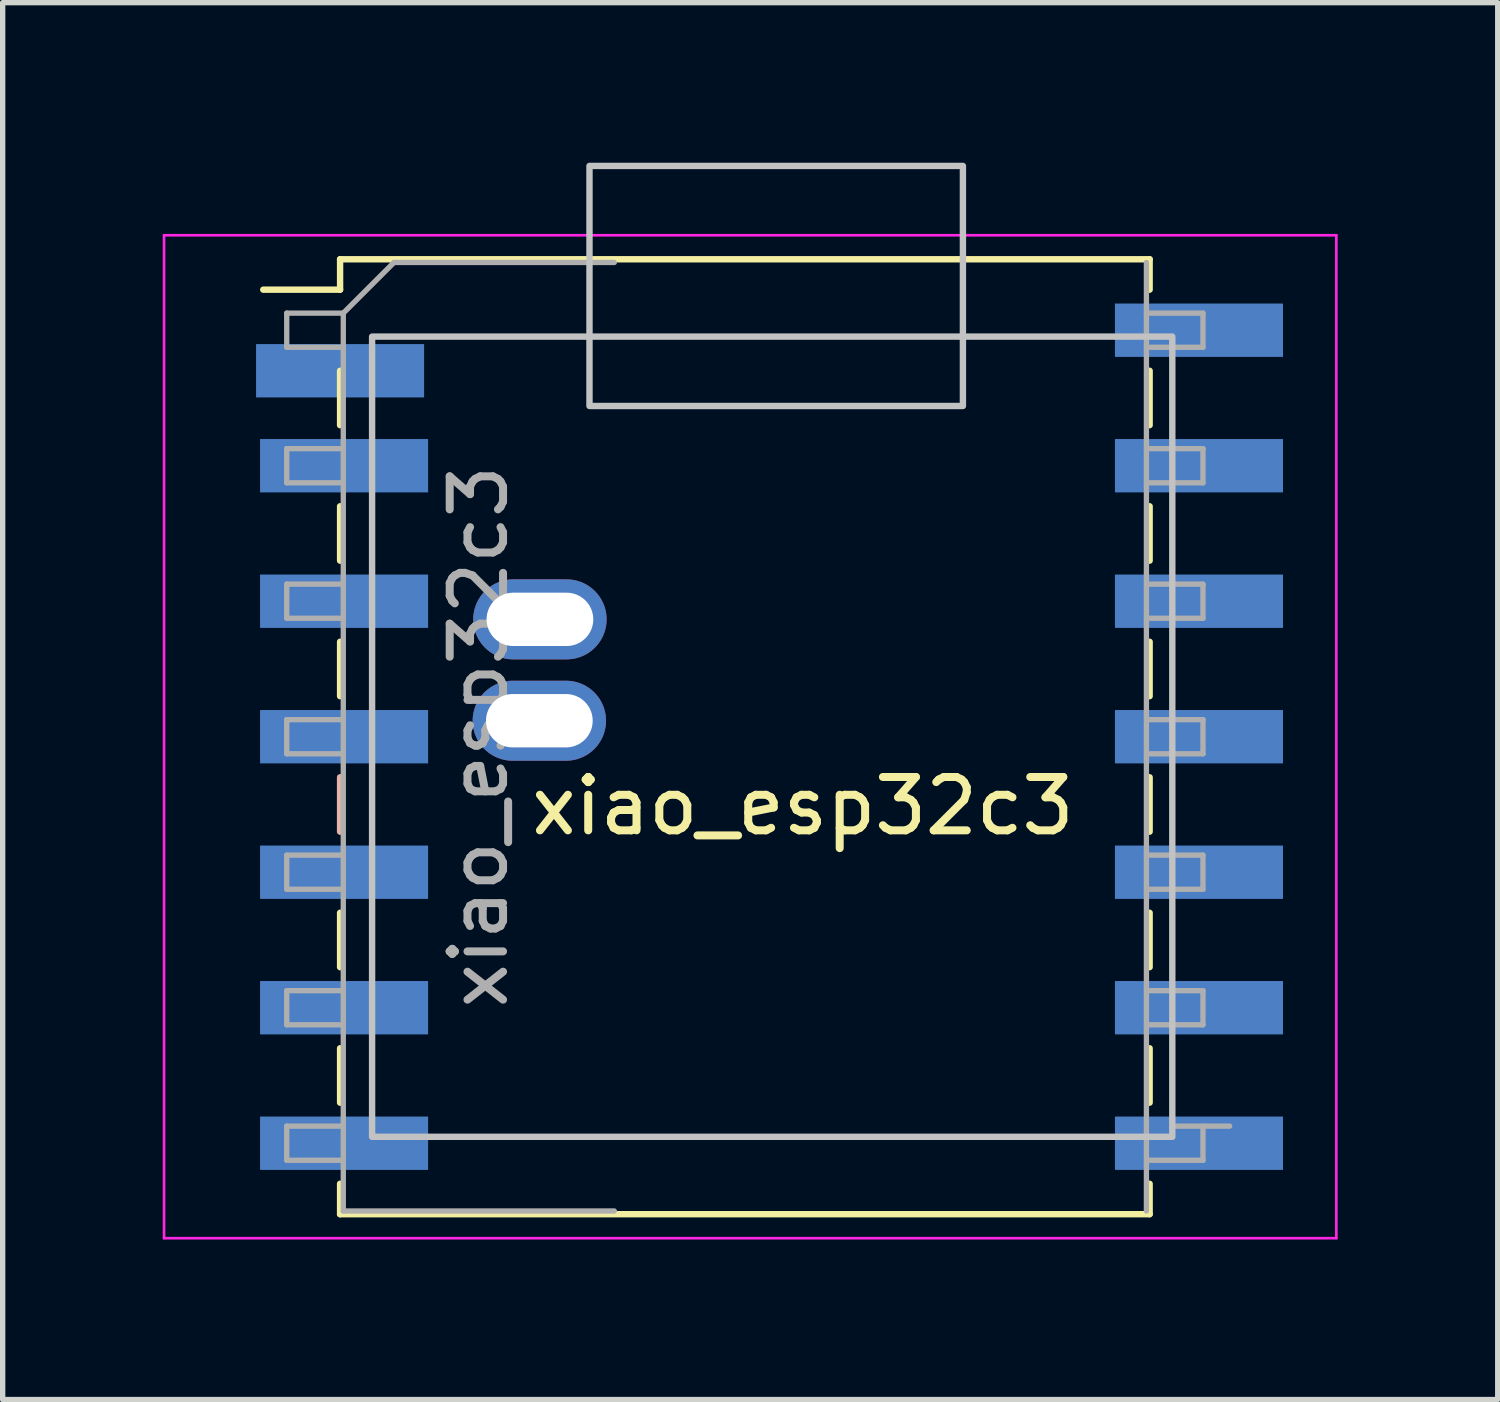
<source format=kicad_pcb>
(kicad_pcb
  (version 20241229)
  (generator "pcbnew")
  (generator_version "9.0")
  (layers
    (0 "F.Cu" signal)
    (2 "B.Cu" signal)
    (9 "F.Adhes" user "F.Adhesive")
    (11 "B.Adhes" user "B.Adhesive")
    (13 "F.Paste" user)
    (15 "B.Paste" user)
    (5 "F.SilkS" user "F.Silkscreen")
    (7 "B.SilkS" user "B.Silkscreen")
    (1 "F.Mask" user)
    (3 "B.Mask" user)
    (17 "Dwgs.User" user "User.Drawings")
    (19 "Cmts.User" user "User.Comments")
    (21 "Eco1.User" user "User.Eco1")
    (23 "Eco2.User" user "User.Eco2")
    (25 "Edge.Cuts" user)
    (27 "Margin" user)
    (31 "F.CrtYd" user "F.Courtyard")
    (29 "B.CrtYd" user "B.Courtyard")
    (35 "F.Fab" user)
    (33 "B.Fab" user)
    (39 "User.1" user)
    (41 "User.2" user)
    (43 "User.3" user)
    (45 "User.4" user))
  (footprint "xiao_esp32c3"
    (layer "F.Cu")
    (at 12 12.56)
    (property "Reference" "xiao_esp32c3" (at 0 -0.5 0) (unlocked yes) (layer "F.SilkS") (effects (font (size 1 1) (thickness 0.15))))
    (attr smd)
    (fp_line (start -10.115 -10.18) (end -8.675 -10.18) (stroke (width 0.12) (type solid)) (layer "F.SilkS"))
    (fp_line (start -8.675 -10.75) (end -8.675 -10.18) (stroke (width 0.12) (type solid)) (layer "F.SilkS"))
    (fp_line (start -8.675 -10.75) (end 6.5 -10.75) (stroke (width 0.12) (type solid)) (layer "F.SilkS"))
    (fp_line (start -8.675 -8.66) (end -8.675 -7.64) (stroke (width 0.12) (type solid)) (layer "F.SilkS"))
    (fp_line (start -8.675 -6.12) (end -8.675 -5.1) (stroke (width 0.12) (type solid)) (layer "F.SilkS"))
    (fp_line (start -8.675 -3.58) (end -8.675 -2.56) (stroke (width 0.12) (type solid)) (layer "F.SilkS"))
    (fp_line (start -8.675 1.5) (end -8.675 2.52) (stroke (width 0.12) (type solid)) (layer "F.SilkS"))
    (fp_line (start -8.675 4.04) (end -8.675 5.06) (stroke (width 0.12) (type solid)) (layer "F.SilkS"))
    (fp_line (start -8.675 6.58) (end -8.675 7.15) (stroke (width 0.12) (type solid)) (layer "F.SilkS"))
    (fp_line (start -8.675 7.15) (end 6.5 7.15) (stroke (width 0.12) (type solid)) (layer "F.SilkS"))
    (fp_line (start 6.5 -10.75) (end 6.5 -10.18) (stroke (width 0.12) (type solid)) (layer "F.SilkS"))
    (fp_line (start 6.5 -8.66) (end 6.5 -7.64) (stroke (width 0.12) (type solid)) (layer "F.SilkS"))
    (fp_line (start 6.5 -6.12) (end 6.5 -5.1) (stroke (width 0.12) (type solid)) (layer "F.SilkS"))
    (fp_line (start 6.5 -3.58) (end 6.5 -2.56) (stroke (width 0.12) (type solid)) (layer "F.SilkS"))
    (fp_line (start 6.5 -1.04) (end 6.5 -0.02) (stroke (width 0.12) (type solid)) (layer "F.SilkS"))
    (fp_line (start 6.5 1.5) (end 6.5 2.52) (stroke (width 0.12) (type solid)) (layer "F.SilkS"))
    (fp_line (start 6.5 4.04) (end 6.5 5.06) (stroke (width 0.12) (type solid)) (layer "F.SilkS"))
    (fp_line (start 6.5 6.58) (end 6.5 7.15) (stroke (width 0.12) (type solid)) (layer "F.SilkS"))
    (fp_line (start -8.675 -1.04) (end -8.675 -0.02) (stroke (width 0.12) (type solid)) (layer "B.SilkS"))
    (fp_rect (start -8.075 -9.3) (end 6.925 5.7) (stroke (width 0.12) (type solid)) (fill no) (layer "Dwgs.User"))
    (fp_rect (start -4 -12.5) (end 3 -8) (stroke (width 0.12) (type solid)) (fill no) (layer "Dwgs.User"))
    (fp_line (start -11.975 -11.2) (end -11.975 7.6) (stroke (width 0.05) (type solid)) (layer "F.CrtYd"))
    (fp_line (start -11.975 7.6) (end 10 7.6) (stroke (width 0.05) (type solid)) (layer "F.CrtYd"))
    (fp_line (start 10 -11.2) (end -11.975 -11.2) (stroke (width 0.05) (type solid)) (layer "F.CrtYd"))
    (fp_line (start 10 7.6) (end 10 -11.2) (stroke (width 0.05) (type solid)) (layer "F.CrtYd"))
    (fp_line (start -9.675 -9.74) (end -9.675 -9.1) (stroke (width 0.1) (type solid)) (layer "F.Fab"))
    (fp_line (start -9.675 -9.1) (end -8.615 -9.1) (stroke (width 0.1) (type solid)) (layer "F.Fab"))
    (fp_line (start -9.675 -7.2) (end -9.675 -6.56) (stroke (width 0.1) (type solid)) (layer "F.Fab"))
    (fp_line (start -9.675 -6.56) (end -8.615 -6.56) (stroke (width 0.1) (type solid)) (layer "F.Fab"))
    (fp_line (start -9.675 -4.66) (end -9.675 -4.02) (stroke (width 0.1) (type solid)) (layer "F.Fab"))
    (fp_line (start -9.675 -4.02) (end -8.615 -4.02) (stroke (width 0.1) (type solid)) (layer "F.Fab"))
    (fp_line (start -9.675 -2.12) (end -9.675 -1.48) (stroke (width 0.1) (type solid)) (layer "F.Fab"))
    (fp_line (start -9.675 -1.48) (end -8.615 -1.48) (stroke (width 0.1) (type solid)) (layer "F.Fab"))
    (fp_line (start -9.675 0.42) (end -9.675 1.06) (stroke (width 0.1) (type solid)) (layer "F.Fab"))
    (fp_line (start -9.675 1.06) (end -8.615 1.06) (stroke (width 0.1) (type solid)) (layer "F.Fab"))
    (fp_line (start -9.675 2.96) (end -9.675 3.6) (stroke (width 0.1) (type solid)) (layer "F.Fab"))
    (fp_line (start -9.675 3.6) (end -8.615 3.6) (stroke (width 0.1) (type solid)) (layer "F.Fab"))
    (fp_line (start -9.675 5.5) (end -9.675 6.14) (stroke (width 0.1) (type solid)) (layer "F.Fab"))
    (fp_line (start -9.675 6.14) (end -8.615 6.14) (stroke (width 0.1) (type solid)) (layer "F.Fab"))
    (fp_line (start -8.615 -9.74) (end -9.675 -9.74) (stroke (width 0.1) (type solid)) (layer "F.Fab"))
    (fp_line (start -8.615 -9.74) (end -7.665 -10.69) (stroke (width 0.1) (type solid)) (layer "F.Fab"))
    (fp_line (start -8.615 -7.2) (end -9.675 -7.2) (stroke (width 0.1) (type solid)) (layer "F.Fab"))
    (fp_line (start -8.615 -4.66) (end -9.675 -4.66) (stroke (width 0.1) (type solid)) (layer "F.Fab"))
    (fp_line (start -8.615 -2.12) (end -9.675 -2.12) (stroke (width 0.1) (type solid)) (layer "F.Fab"))
    (fp_line (start -8.615 0.42) (end -9.675 0.42) (stroke (width 0.1) (type solid)) (layer "F.Fab"))
    (fp_line (start -8.615 2.96) (end -9.675 2.96) (stroke (width 0.1) (type solid)) (layer "F.Fab"))
    (fp_line (start -8.615 5.5) (end -9.675 5.5) (stroke (width 0.1) (type solid)) (layer "F.Fab"))
    (fp_line (start -8.615 7.09) (end -8.615 -9.74) (stroke (width 0.1) (type solid)) (layer "F.Fab"))
    (fp_line (start -7.665 -10.69) (end -3.535 -10.69) (stroke (width 0.1) (type solid)) (layer "F.Fab"))
    (fp_line (start -3.535 7.09) (end -8.615 7.09) (stroke (width 0.1) (type solid)) (layer "F.Fab"))
    (fp_line (start 6.44 -10.69) (end 6.44 7.09) (stroke (width 0.1) (type solid)) (layer "F.Fab"))
    (fp_line (start 6.44 -9.74) (end 7.5 -9.74) (stroke (width 0.1) (type solid)) (layer "F.Fab"))
    (fp_line (start 6.44 -7.2) (end 7.5 -7.2) (stroke (width 0.1) (type solid)) (layer "F.Fab"))
    (fp_line (start 6.44 -4.66) (end 7.5 -4.66) (stroke (width 0.1) (type solid)) (layer "F.Fab"))
    (fp_line (start 6.44 -2.12) (end 7.5 -2.12) (stroke (width 0.1) (type solid)) (layer "F.Fab"))
    (fp_line (start 6.44 0.42) (end 7.5 0.42) (stroke (width 0.1) (type solid)) (layer "F.Fab"))
    (fp_line (start 6.44 2.96) (end 7.5 2.96) (stroke (width 0.1) (type solid)) (layer "F.Fab"))
    (fp_line (start 6.94 5.5) (end 8 5.5) (stroke (width 0.1) (type solid)) (layer "F.Fab"))
    (fp_line (start 7.5 -9.74) (end 7.5 -9.1) (stroke (width 0.1) (type solid)) (layer "F.Fab"))
    (fp_line (start 7.5 -9.1) (end 6.44 -9.1) (stroke (width 0.1) (type solid)) (layer "F.Fab"))
    (fp_line (start 7.5 -7.2) (end 7.5 -6.56) (stroke (width 0.1) (type solid)) (layer "F.Fab"))
    (fp_line (start 7.5 -6.56) (end 6.44 -6.56) (stroke (width 0.1) (type solid)) (layer "F.Fab"))
    (fp_line (start 7.5 -4.66) (end 7.5 -4.02) (stroke (width 0.1) (type solid)) (layer "F.Fab"))
    (fp_line (start 7.5 -4.02) (end 6.44 -4.02) (stroke (width 0.1) (type solid)) (layer "F.Fab"))
    (fp_line (start 7.5 -2.12) (end 7.5 -1.48) (stroke (width 0.1) (type solid)) (layer "F.Fab"))
    (fp_line (start 7.5 -1.48) (end 6.44 -1.48) (stroke (width 0.1) (type solid)) (layer "F.Fab"))
    (fp_line (start 7.5 0.42) (end 7.5 1.06) (stroke (width 0.1) (type solid)) (layer "F.Fab"))
    (fp_line (start 7.5 1.06) (end 6.44 1.06) (stroke (width 0.1) (type solid)) (layer "F.Fab"))
    (fp_line (start 7.5 2.96) (end 7.5 3.6) (stroke (width 0.1) (type solid)) (layer "F.Fab"))
    (fp_line (start 7.5 3.6) (end 6.44 3.6) (stroke (width 0.1) (type solid)) (layer "F.Fab"))
    (fp_line (start 7.5 5.5) (end 7.5 6.14) (stroke (width 0.1) (type solid)) (layer "F.Fab"))
    (fp_line (start 7.5 6.14) (end 6.44 6.14) (stroke (width 0.1) (type solid)) (layer "F.Fab"))
    (fp_text user "${REFERENCE}" (at -6.075 -1.8 270) (layer "F.Fab") (effects (font (size 1 1) (thickness 0.15))))
    (pad "1" smd rect (at -8.675 -8.66) (size 3.15 1) (layers "B.Cu" "B.Mask" "B.Paste"))
    (pad "2" smd rect (at -8.6 -6.88) (size 3.15 1) (layers "B.Cu" "B.Mask" "B.Paste"))
    (pad "3" smd rect (at -8.6 -4.34) (size 3.15 1) (layers "B.Cu" "B.Mask" "B.Paste"))
    (pad "4" smd rect (at -8.6 -1.8) (size 3.15 1) (layers "B.Cu" "B.Mask" "B.Paste"))
    (pad "5" smd rect (at -8.6 0.74) (size 3.15 1) (layers "B.Cu" "B.Mask" "B.Paste"))
    (pad "6" smd rect (at -8.6 3.28) (size 3.15 1) (layers "B.Cu" "B.Mask" "B.Paste"))
    (pad "7" smd rect (at -8.6 5.82) (size 3.15 1) (layers "B.Cu" "B.Mask" "B.Paste"))
    (pad "8" smd rect (at 7.425 5.82) (size 3.15 1) (layers "B.Cu" "B.Mask" "B.Paste"))
    (pad "9" smd rect (at 7.425 3.28) (size 3.15 1) (layers "B.Cu" "B.Mask" "B.Paste"))
    (pad "10" smd rect (at 7.425 0.74) (size 3.15 1) (layers "B.Cu" "B.Mask" "B.Paste"))
    (pad "11" smd rect (at 7.425 -1.8) (size 3.15 1) (layers "B.Cu" "B.Mask" "B.Paste"))
    (pad "12" smd rect (at 7.425 -4.34) (size 3.15 1) (layers "B.Cu" "B.Mask" "B.Paste"))
    (pad "13" smd rect (at 7.425 -6.88) (size 3.15 1) (layers "B.Cu" "B.Mask" "B.Paste"))
    (pad "14" smd rect (at 7.425 -9.42) (size 3.15 1) (layers "B.Cu" "B.Mask" "B.Paste"))
    (pad "B+" thru_hole oval (at -4.94 -2.1) (size 2.5 1.5) (drill oval 2 1) (layers "*.Cu" "*.Mask"))
    (pad "B-" thru_hole oval (at -4.929 -4) (size 2.5 1.5) (drill oval 2 1) (layers "*.Cu" "*.Mask")))
  (gr_rect
    (start -3 -3)
    (end 25.025 23.185)
    (stroke (width 0.1) (type default))
    (fill no)
    (layer "Edge.Cuts")))
</source>
